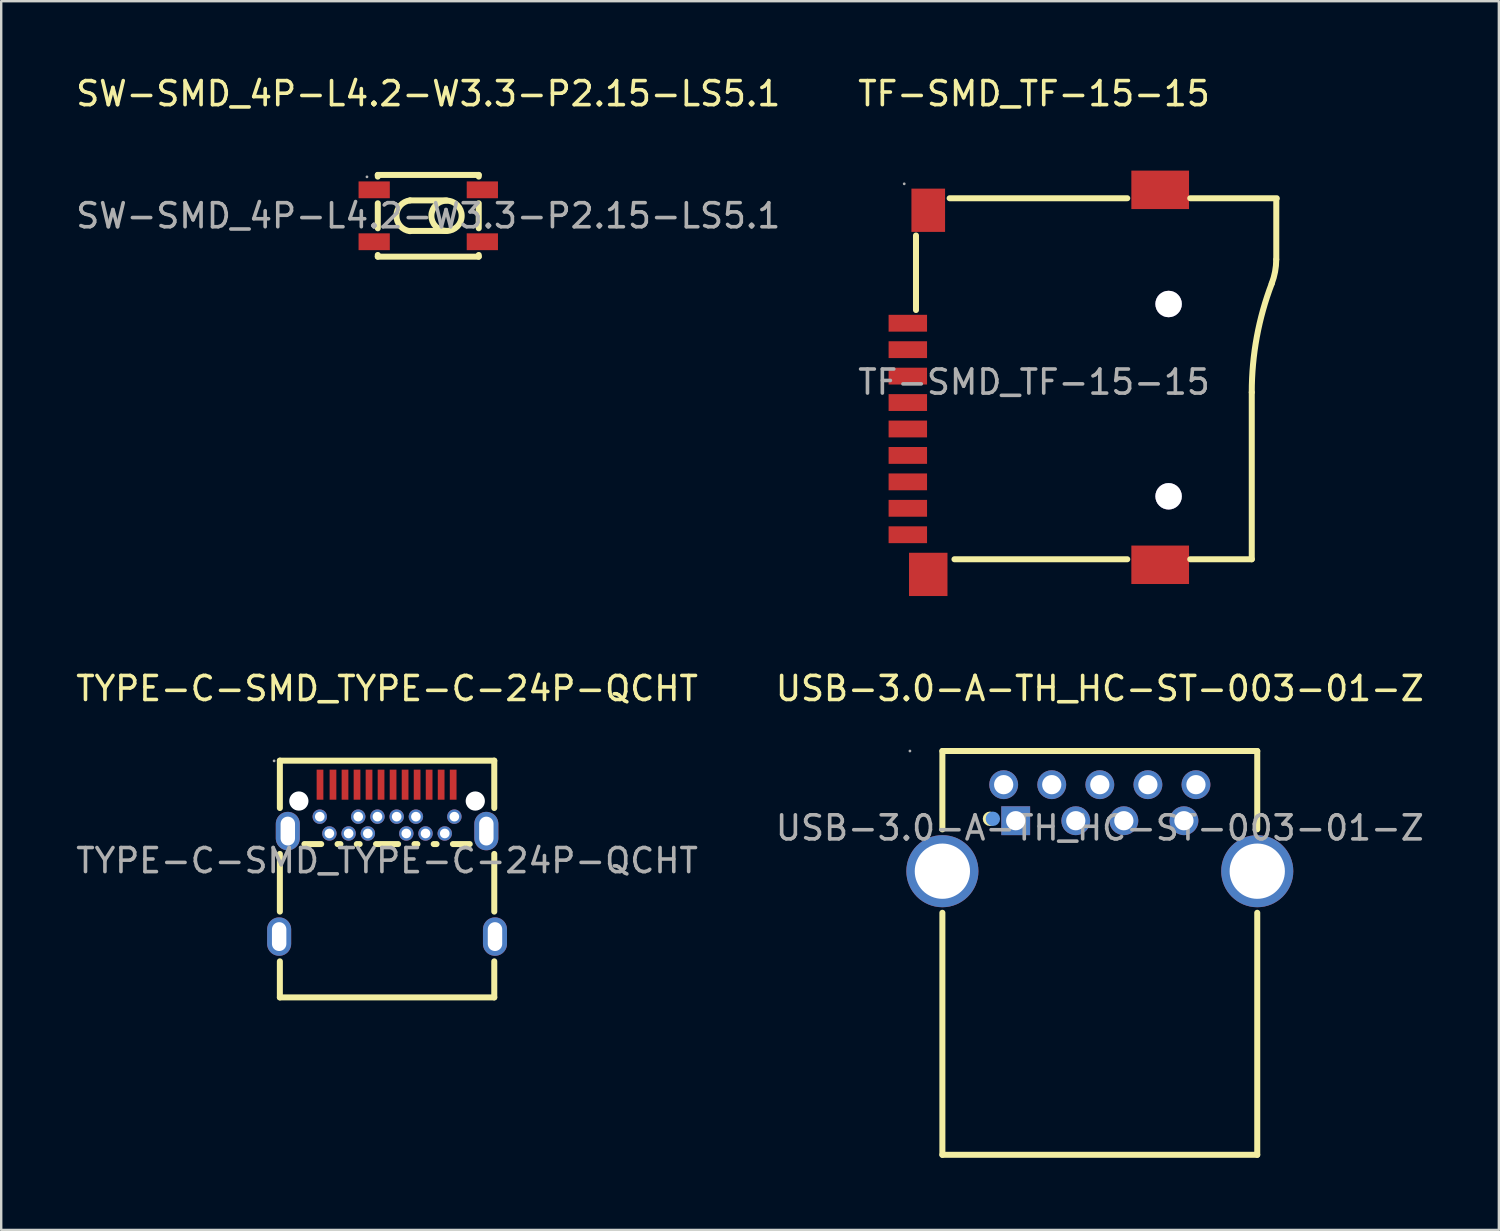
<source format=kicad_pcb>
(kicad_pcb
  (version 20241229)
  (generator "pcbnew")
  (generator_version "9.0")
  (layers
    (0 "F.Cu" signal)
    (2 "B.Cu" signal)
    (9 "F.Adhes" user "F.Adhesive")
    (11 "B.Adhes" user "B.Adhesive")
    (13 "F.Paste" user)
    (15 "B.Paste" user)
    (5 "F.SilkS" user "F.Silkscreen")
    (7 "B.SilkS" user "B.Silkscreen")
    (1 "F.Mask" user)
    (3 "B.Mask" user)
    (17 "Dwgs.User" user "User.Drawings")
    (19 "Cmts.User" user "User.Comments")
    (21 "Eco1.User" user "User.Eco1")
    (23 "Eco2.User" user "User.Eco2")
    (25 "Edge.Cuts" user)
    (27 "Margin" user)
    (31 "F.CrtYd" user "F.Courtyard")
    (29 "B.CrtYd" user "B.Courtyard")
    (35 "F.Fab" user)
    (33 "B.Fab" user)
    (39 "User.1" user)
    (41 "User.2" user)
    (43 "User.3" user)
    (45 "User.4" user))
  (footprint "USB-3.0-A-TH_HC-ST-003-01-Z"
    (layer "F.Cu")
    (at 42.708 31.396)
    (property "Reference" "USB-3.0-A-TH_HC-ST-003-01-Z" (at 0 -5.8 0) (layer "F.SilkS") (effects (font (size 1 1) (thickness 0.15))))
    (attr through_hole)
    (fp_line (start -6.55 -3.2) (end -6.55 0.06) (stroke (width 0.25) (type solid)) (layer "F.SilkS"))
    (fp_line (start -6.55 3.53) (end -6.55 13.6) (stroke (width 0.25) (type solid)) (layer "F.SilkS"))
    (fp_line (start 6.55 -3.2) (end -6.55 -3.2) (stroke (width 0.25) (type solid)) (layer "F.SilkS"))
    (fp_line (start 6.55 -3.2) (end 6.55 0.06) (stroke (width 0.25) (type solid)) (layer "F.SilkS"))
    (fp_line (start 6.55 3.53) (end 6.55 13.6) (stroke (width 0.25) (type solid)) (layer "F.SilkS"))
    (fp_line (start 6.55 13.6) (end -6.55 13.6) (stroke (width 0.25) (type solid)) (layer "F.SilkS"))
    (fp_circle (center -4.57 -0.38) (end -4.42 -0.38) (stroke (width 0.3) (type solid)) (fill no) (layer "F.SilkS"))
    (fp_circle (center -4.45 -0.38) (end -4.3 -0.38) (stroke (width 0.3) (type solid)) (fill no) (layer "Cmts.User"))
    (fp_circle (center -7.9 -3.2) (end -7.87 -3.2) (stroke (width 0.06) (type solid)) (fill no) (layer "F.Fab"))
    (fp_text user "${REFERENCE}" (at 0 0 0) (layer "F.Fab") (effects (font (size 1 1) (thickness 0.15))))
    (pad "1" thru_hole rect (at -3.5 -0.3) (size 1.2 1.2) (drill 0.8) (layers "*.Cu" "*.Mask"))
    (pad "2" thru_hole circle (at -1 -0.3) (size 1.2 1.2) (drill 0.8) (layers "*.Cu" "*.Mask"))
    (pad "3" thru_hole circle (at 1 -0.3) (size 1.2 1.2) (drill 0.8) (layers "*.Cu" "*.Mask"))
    (pad "4" thru_hole circle (at 3.5 -0.3) (size 1.2 1.2) (drill 0.8) (layers "*.Cu" "*.Mask"))
    (pad "5" thru_hole circle (at 4 -1.8) (size 1.2 1.2) (drill 0.8) (layers "*.Cu" "*.Mask"))
    (pad "6" thru_hole circle (at 2 -1.8) (size 1.2 1.2) (drill 0.8) (layers "*.Cu" "*.Mask"))
    (pad "7" thru_hole circle (at 0 -1.8) (size 1.2 1.2) (drill 0.8) (layers "*.Cu" "*.Mask"))
    (pad "8" thru_hole circle (at -2 -1.8) (size 1.2 1.2) (drill 0.8) (layers "*.Cu" "*.Mask"))
    (pad "9" thru_hole circle (at -4 -1.8) (size 1.2 1.2) (drill 0.8) (layers "*.Cu" "*.Mask"))
    (pad "10" thru_hole circle (at -6.55 1.8) (size 3 3) (drill 2.3) (layers "*.Cu" "*.Mask"))
    (pad "11" thru_hole circle (at 6.55 1.8) (size 3 3) (drill 2.3) (layers "*.Cu" "*.Mask")))
  (footprint "TYPE-C-SMD_TYPE-C-24P-QCHT"
    (layer "F.Cu")
    (at 13.054 32.757)
    (property "Reference" "TYPE-C-SMD_TYPE-C-24P-QCHT" (at 0 -7.16 0) (layer "F.SilkS") (effects (font (size 1 1) (thickness 0.15))))
    (attr smd)
    (fp_line (start -4.46 -4.16) (end -4.46 -2.19) (stroke (width 0.25) (type solid)) (layer "F.SilkS"))
    (fp_line (start -4.46 -4.16) (end 4.46 -4.16) (stroke (width 0.25) (type solid)) (layer "F.SilkS"))
    (fp_line (start -4.46 -0.28) (end -4.46 2.12) (stroke (width 0.25) (type solid)) (layer "F.SilkS"))
    (fp_line (start -4.46 4.19) (end -4.46 5.69) (stroke (width 0.25) (type solid)) (layer "F.SilkS"))
    (fp_line (start -4.46 5.69) (end 4.46 5.69) (stroke (width 0.25) (type solid)) (layer "F.SilkS"))
    (fp_line (start -3.44 -0.69) (end -2.74 -0.69) (stroke (width 0.25) (type solid)) (layer "F.SilkS"))
    (fp_line (start -2.06 -0.69) (end -1.94 -0.69) (stroke (width 0.25) (type solid)) (layer "F.SilkS"))
    (fp_line (start -1.26 -0.69) (end -1.14 -0.69) (stroke (width 0.25) (type solid)) (layer "F.SilkS"))
    (fp_line (start -0.46 -0.69) (end 0.46 -0.69) (stroke (width 0.25) (type solid)) (layer "F.SilkS"))
    (fp_line (start 1.14 -0.69) (end 1.26 -0.69) (stroke (width 0.25) (type solid)) (layer "F.SilkS"))
    (fp_line (start 1.94 -0.69) (end 2.06 -0.69) (stroke (width 0.25) (type solid)) (layer "F.SilkS"))
    (fp_line (start 2.74 -0.69) (end 3.44 -0.69) (stroke (width 0.25) (type solid)) (layer "F.SilkS"))
    (fp_line (start 4.46 -4.16) (end 4.46 -2.19) (stroke (width 0.25) (type solid)) (layer "F.SilkS"))
    (fp_line (start 4.46 -0.28) (end 4.46 2.12) (stroke (width 0.25) (type solid)) (layer "F.SilkS"))
    (fp_line (start 4.46 4.19) (end 4.46 5.69) (stroke (width 0.25) (type solid)) (layer "F.SilkS"))
    (fp_circle (center -3.67 -2.48) (end -3.52 -2.48) (stroke (width 0.3) (type solid)) (fill no) (layer "Cmts.User"))
    (fp_circle (center 3.67 -2.48) (end 3.82 -2.48) (stroke (width 0.3) (type solid)) (fill no) (layer "Cmts.User"))
    (fp_circle (center -4.7 -4.15) (end -4.67 -4.15) (stroke (width 0.06) (type solid)) (fill no) (layer "F.Fab"))
    (fp_text user "${REFERENCE}" (at 0 0 0) (layer "F.Fab") (effects (font (size 1 1) (thickness 0.15))))
    (pad "" np_thru_hole circle (at -3.67 -2.48) (size 0.8 0.8) (drill 0.8) (layers "*.Cu" "*.Mask"))
    (pad "" np_thru_hole circle (at 3.67 -2.48) (size 0.8 0.8) (drill 0.8) (layers "*.Cu" "*.Mask"))
    (pad "25" thru_hole oval (at -4.49 3.16) (size 1 1.6) (drill oval 0.6 1.2) (layers "*.Cu" "*.Mask"))
    (pad "25" thru_hole oval (at -4.13 -1.23) (size 1 1.6) (drill oval 0.6 1.2) (layers "*.Cu" "*.Mask"))
    (pad "25" thru_hole oval (at 4.13 -1.23) (size 1 1.6) (drill oval 0.6 1.2) (layers "*.Cu" "*.Mask"))
    (pad "25" thru_hole oval (at 4.49 3.16) (size 1 1.6) (drill oval 0.6 1.2) (layers "*.Cu" "*.Mask"))
    (pad "A1" smd rect (at -2.79 -3.16) (size 0.28 1.25) (layers "F.Cu" "F.Mask" "F.Paste"))
    (pad "A2" smd rect (at -2.25 -3.16) (size 0.28 1.25) (layers "F.Cu" "F.Mask" "F.Paste"))
    (pad "A3" smd rect (at -1.75 -3.16) (size 0.28 1.25) (layers "F.Cu" "F.Mask" "F.Paste"))
    (pad "A4" smd rect (at -1.25 -3.16) (size 0.28 1.25) (layers "F.Cu" "F.Mask" "F.Paste"))
    (pad "A5" smd rect (at -0.75 -3.16) (size 0.28 1.25) (layers "F.Cu" "F.Mask" "F.Paste"))
    (pad "A6" smd rect (at -0.25 -3.16) (size 0.28 1.25) (layers "F.Cu" "F.Mask" "F.Paste"))
    (pad "A7" smd rect (at 0.25 -3.16) (size 0.28 1.25) (layers "F.Cu" "F.Mask" "F.Paste"))
    (pad "A8" smd rect (at 0.75 -3.16) (size 0.28 1.25) (layers "F.Cu" "F.Mask" "F.Paste"))
    (pad "A9" smd rect (at 1.25 -3.16) (size 0.28 1.25) (layers "F.Cu" "F.Mask" "F.Paste"))
    (pad "A10" smd rect (at 1.75 -3.16) (size 0.28 1.25) (layers "F.Cu" "F.Mask" "F.Paste"))
    (pad "A11" smd rect (at 2.25 -3.16) (size 0.28 1.25) (layers "F.Cu" "F.Mask" "F.Paste"))
    (pad "A12" smd rect (at 2.75 -3.16) (size 0.28 1.25) (layers "F.Cu" "F.Mask" "F.Paste"))
    (pad "B1" thru_hole circle (at 2.8 -1.83) (size 0.6 0.6) (drill 0.4) (layers "*.Cu" "*.Mask"))
    (pad "B2" thru_hole circle (at 2.4 -1.13) (size 0.6 0.6) (drill 0.4) (layers "*.Cu" "*.Mask"))
    (pad "B3" thru_hole circle (at 1.6 -1.13) (size 0.6 0.6) (drill 0.4) (layers "*.Cu" "*.Mask"))
    (pad "B4" thru_hole circle (at 1.2 -1.83) (size 0.6 0.6) (drill 0.4) (layers "*.Cu" "*.Mask"))
    (pad "B5" thru_hole circle (at 0.8 -1.13) (size 0.6 0.6) (drill 0.4) (layers "*.Cu" "*.Mask"))
    (pad "B6" thru_hole circle (at 0.4 -1.83) (size 0.6 0.6) (drill 0.4) (layers "*.Cu" "*.Mask"))
    (pad "B7" thru_hole circle (at -0.4 -1.83) (size 0.6 0.6) (drill 0.4) (layers "*.Cu" "*.Mask"))
    (pad "B8" thru_hole circle (at -0.8 -1.13) (size 0.6 0.6) (drill 0.4) (layers "*.Cu" "*.Mask"))
    (pad "B9" thru_hole circle (at -1.2 -1.83) (size 0.6 0.6) (drill 0.4) (layers "*.Cu" "*.Mask"))
    (pad "B10" thru_hole circle (at -1.6 -1.13) (size 0.6 0.6) (drill 0.4) (layers "*.Cu" "*.Mask"))
    (pad "B11" thru_hole circle (at -2.4 -1.13) (size 0.6 0.6) (drill 0.4) (layers "*.Cu" "*.Mask"))
    (pad "B12" thru_hole circle (at -2.8 -1.83) (size 0.6 0.6) (drill 0.4) (layers "*.Cu" "*.Mask")))
  (footprint "TF-SMD_TF-15-15"
    (layer "F.Cu")
    (at 39.97 12.848)
    (property "Reference" "TF-SMD_TF-15-15" (at 0 -12 0) (layer "F.SilkS") (effects (font (size 1 1) (thickness 0.15))))
    (attr smd)
    (fp_line (start -4.91 -6.1) (end -4.91 -3) (stroke (width 0.25) (type solid)) (layer "F.SilkS"))
    (fp_line (start -3.31 7.37) (end 3.88 7.37) (stroke (width 0.25) (type solid)) (layer "F.SilkS"))
    (fp_line (start 3.88 -7.65) (end -3.51 -7.65) (stroke (width 0.25) (type solid)) (layer "F.SilkS"))
    (fp_line (start 9.06 0.43) (end 9.06 7.37) (stroke (width 0.25) (type solid)) (layer "F.SilkS"))
    (fp_line (start 9.06 7.37) (end 6.5 7.37) (stroke (width 0.25) (type solid)) (layer "F.SilkS"))
    (fp_line (start 10.08 -7.62) (end 10.08 -5.11) (stroke (width 0.25) (type solid)) (layer "F.SilkS"))
    (fp_line (start 10.1 -7.65) (end 6.5 -7.65) (stroke (width 0.25) (type solid)) (layer "F.SilkS"))
    (fp_arc (start 9.06 0.42) (mid 9.269644 -1.878043) (end 9.891654 -4.100217) (stroke (width 0.25) (type solid)) (layer "F.SilkS"))
    (fp_arc (start 10.077916 -5.099637) (mid 10.029599 -4.591239) (end 9.89 -4.1) (stroke (width 0.25) (type solid)) (layer "F.SilkS"))
    (fp_circle (center 5.6 -3.25) (end 5.83 -3.25) (stroke (width 0.45) (type solid)) (fill no) (layer "Cmts.User"))
    (fp_circle (center 5.6 4.75) (end 5.83 4.75) (stroke (width 0.45) (type solid)) (fill no) (layer "Cmts.User"))
    (fp_circle (center -5.4 -8.25) (end -5.37 -8.25) (stroke (width 0.06) (type solid)) (fill no) (layer "F.Fab"))
    (fp_text user "${REFERENCE}" (at 0 0 0) (layer "F.Fab") (effects (font (size 1 1) (thickness 0.15))))
    (pad "" thru_hole circle (at 5.6 -3.25) (size 1.1 1.1) (drill 1.1) (layers "*.Cu" "*.Mask"))
    (pad "" thru_hole circle (at 5.6 4.75) (size 1.1 1.1) (drill 1.1) (layers "*.Cu" "*.Mask"))
    (pad "1" smd rect (at -5.25 -2.45) (size 1.6 0.7) (layers "F.Cu" "F.Mask" "F.Paste"))
    (pad "2" smd rect (at -5.25 -1.35) (size 1.6 0.7) (layers "F.Cu" "F.Mask" "F.Paste"))
    (pad "3" smd rect (at -5.25 -0.25) (size 1.6 0.7) (layers "F.Cu" "F.Mask" "F.Paste"))
    (pad "4" smd rect (at -5.25 0.85) (size 1.6 0.7) (layers "F.Cu" "F.Mask" "F.Paste"))
    (pad "5" smd rect (at -5.25 1.95) (size 1.6 0.7) (layers "F.Cu" "F.Mask" "F.Paste"))
    (pad "6" smd rect (at -5.25 3.05) (size 1.6 0.7) (layers "F.Cu" "F.Mask" "F.Paste"))
    (pad "7" smd rect (at -5.25 4.15) (size 1.6 0.7) (layers "F.Cu" "F.Mask" "F.Paste"))
    (pad "8" smd rect (at -5.25 5.25) (size 1.6 0.7) (layers "F.Cu" "F.Mask" "F.Paste"))
    (pad "9" smd rect (at -5.25 6.35) (size 1.6 0.7) (layers "F.Cu" "F.Mask" "F.Paste"))
    (pad "10" smd rect (at -4.4 8) (size 1.6 1.8) (layers "F.Cu" "F.Mask" "F.Paste"))
    (pad "11" smd rect (at 5.25 7.6) (size 2.4 1.6) (layers "F.Cu" "F.Mask" "F.Paste"))
    (pad "12" smd rect (at 5.25 -8) (size 2.4 1.6) (layers "F.Cu" "F.Mask" "F.Paste"))
    (pad "13" smd rect (at -4.4 -7.15) (size 1.4 1.8) (layers "F.Cu" "F.Mask" "F.Paste")))
  (footprint "SW-SMD_4P-L4.2-W3.3-P2.15-LS5.1"
    (layer "F.Cu")
    (at 14.768 5.928)
    (property "Reference" "SW-SMD_4P-L4.2-W3.3-P2.15-LS5.1" (at 0 -5.08 0) (layer "F.SilkS") (effects (font (size 1 1) (thickness 0.15))))
    (attr smd)
    (fp_line (start -2.1 -1.7) (end -2.1 -1.63) (stroke (width 0.25) (type solid)) (layer "F.SilkS"))
    (fp_line (start -2.1 -1.7) (end 2.1 -1.7) (stroke (width 0.25) (type solid)) (layer "F.SilkS"))
    (fp_line (start -2.1 -0.52) (end -2.1 0.52) (stroke (width 0.25) (type solid)) (layer "F.SilkS"))
    (fp_line (start -2.1 1.63) (end -2.1 1.7) (stroke (width 0.25) (type solid)) (layer "F.SilkS"))
    (fp_line (start -2.1 1.7) (end 2.1 1.7) (stroke (width 0.25) (type solid)) (layer "F.SilkS"))
    (fp_line (start -0.76 -0.64) (end 0.76 -0.64) (stroke (width 0.25) (type solid)) (layer "F.SilkS"))
    (fp_line (start -0.76 0.63) (end 0.76 0.63) (stroke (width 0.25) (type solid)) (layer "F.SilkS"))
    (fp_line (start 2.1 -1.7) (end 2.1 -1.63) (stroke (width 0.25) (type solid)) (layer "F.SilkS"))
    (fp_line (start 2.1 -0.52) (end 2.1 0.52) (stroke (width 0.25) (type solid)) (layer "F.SilkS"))
    (fp_line (start 2.1 1.63) (end 2.1 1.7) (stroke (width 0.25) (type solid)) (layer "F.SilkS"))
    (fp_arc (start -0.760893 0.639888) (mid -1.324981 -0.00045) (end -0.76 -0.64) (stroke (width 0.25) (type solid)) (layer "F.SilkS"))
    (fp_arc (start 0.749005 0.629904) (mid 0.765498 -0.629976) (end 0.76 0.63) (stroke (width 0.25) (type solid)) (layer "F.SilkS"))
    (fp_circle (center -2.55 -1.62) (end -2.52 -1.62) (stroke (width 0.06) (type solid)) (fill no) (layer "F.Fab"))
    (fp_text user "${REFERENCE}" (at 0 0 0) (layer "F.Fab") (effects (font (size 1 1) (thickness 0.15))))
    (pad "1" smd rect (at -2.25 -1.08 90) (size 0.7 1.3) (layers "F.Cu" "F.Mask" "F.Paste"))
    (pad "2" smd rect (at 2.25 -1.08 90) (size 0.7 1.3) (layers "F.Cu" "F.Mask" "F.Paste"))
    (pad "3" smd rect (at -2.25 1.08 90) (size 0.7 1.3) (layers "F.Cu" "F.Mask" "F.Paste"))
    (pad "4" smd rect (at 2.25 1.08 90) (size 0.7 1.3) (layers "F.Cu" "F.Mask" "F.Paste")))
  (gr_rect
    (start -3 -3)
    (end 59.31 48.121)
    (stroke (width 0.1) (type default))
    (fill no)
    (layer "Edge.Cuts")))
</source>
